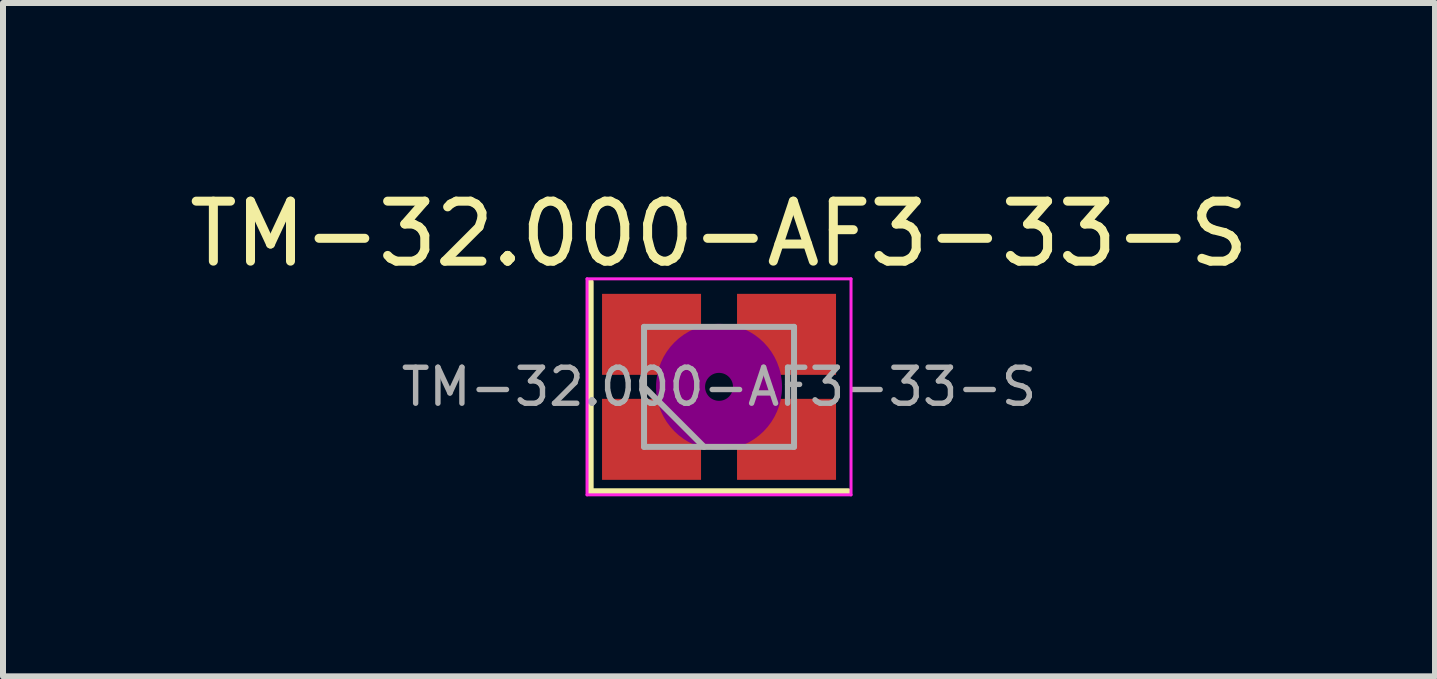
<source format=kicad_pcb>
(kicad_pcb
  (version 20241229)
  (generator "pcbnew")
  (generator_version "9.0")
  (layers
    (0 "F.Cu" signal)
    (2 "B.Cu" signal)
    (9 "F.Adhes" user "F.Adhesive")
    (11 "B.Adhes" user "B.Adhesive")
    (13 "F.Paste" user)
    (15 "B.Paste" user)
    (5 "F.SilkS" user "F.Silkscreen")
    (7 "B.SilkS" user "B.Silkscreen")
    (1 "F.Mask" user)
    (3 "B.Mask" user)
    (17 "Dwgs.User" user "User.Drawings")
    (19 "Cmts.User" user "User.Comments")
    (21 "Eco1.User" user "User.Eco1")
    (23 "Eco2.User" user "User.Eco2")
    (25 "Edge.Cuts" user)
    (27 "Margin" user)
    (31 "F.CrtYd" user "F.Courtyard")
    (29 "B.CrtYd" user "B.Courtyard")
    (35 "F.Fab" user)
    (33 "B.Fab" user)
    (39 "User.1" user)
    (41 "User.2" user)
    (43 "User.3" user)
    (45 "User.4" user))
  (footprint "TM-32.000-AF3-33-S"
    (layer "F.Cu")
    (at 8.935 3.398)
    (property "Reference" "TM-32.000-AF3-33-S" (at 0 -2.55 0) (layer "F.SilkS") (effects (font (size 1 1) (thickness 0.15))))
    (attr smd)
    (fp_line (start -2.15 -1.75) (end -2.15 1.75) (stroke (width 0.12) (type solid)) (layer "F.SilkS"))
    (fp_line (start -2.15 1.75) (end 2.15 1.75) (stroke (width 0.12) (type solid)) (layer "F.SilkS"))
    (fp_circle (center 0 0) (end 0.233 0) (stroke (width 0.467) (type solid)) (fill no) (layer "F.Adhes"))
    (fp_circle (center 0 0) (end 0.533 0) (stroke (width 0.333) (type solid)) (fill no) (layer "F.Adhes"))
    (fp_circle (center 0 0) (end 0.833 0) (stroke (width 0.333) (type solid)) (fill no) (layer "F.Adhes"))
    (fp_circle (center 0 0) (end 1 0) (stroke (width 0.1) (type solid)) (fill no) (layer "F.Adhes"))
    (fp_line (start -2.2 -1.8) (end -2.2 1.8) (stroke (width 0.05) (type solid)) (layer "F.CrtYd"))
    (fp_line (start -2.2 1.8) (end 2.2 1.8) (stroke (width 0.05) (type solid)) (layer "F.CrtYd"))
    (fp_line (start 2.2 -1.8) (end -2.2 -1.8) (stroke (width 0.05) (type solid)) (layer "F.CrtYd"))
    (fp_line (start 2.2 1.8) (end 2.2 -1.8) (stroke (width 0.05) (type solid)) (layer "F.CrtYd"))
    (fp_line (start -1.25 -1) (end -1.25 1) (stroke (width 0.1) (type solid)) (layer "F.Fab"))
    (fp_line (start -1.25 0) (end -0.25 1) (stroke (width 0.1) (type solid)) (layer "F.Fab"))
    (fp_line (start -1.25 1) (end 1.25 1) (stroke (width 0.1) (type solid)) (layer "F.Fab"))
    (fp_line (start 1.25 -1) (end -1.25 -1) (stroke (width 0.1) (type solid)) (layer "F.Fab"))
    (fp_line (start 1.25 1) (end 1.25 -1) (stroke (width 0.1) (type solid)) (layer "F.Fab"))
    (fp_text user "${REFERENCE}" (at 0 0 0) (layer "F.Fab") (effects (font (size 0.6 0.6) (thickness 0.09))))
    (pad "1" smd rect (at -1.125 0.875) (size 1.65 1.35) (layers "F.Cu" "F.Mask" "F.Paste"))
    (pad "2" smd rect (at 1.125 0.875) (size 1.65 1.35) (layers "F.Cu" "F.Mask" "F.Paste"))
    (pad "3" smd rect (at 1.125 -0.875) (size 1.65 1.35) (layers "F.Cu" "F.Mask" "F.Paste"))
    (pad "4" smd rect (at -1.125 -0.875) (size 1.65 1.35) (layers "F.Cu" "F.Mask" "F.Paste")))
  (gr_rect
    (start -3 -3)
    (end 20.869 8.223)
    (stroke (width 0.1) (type default))
    (fill no)
    (layer "Edge.Cuts")))
</source>
